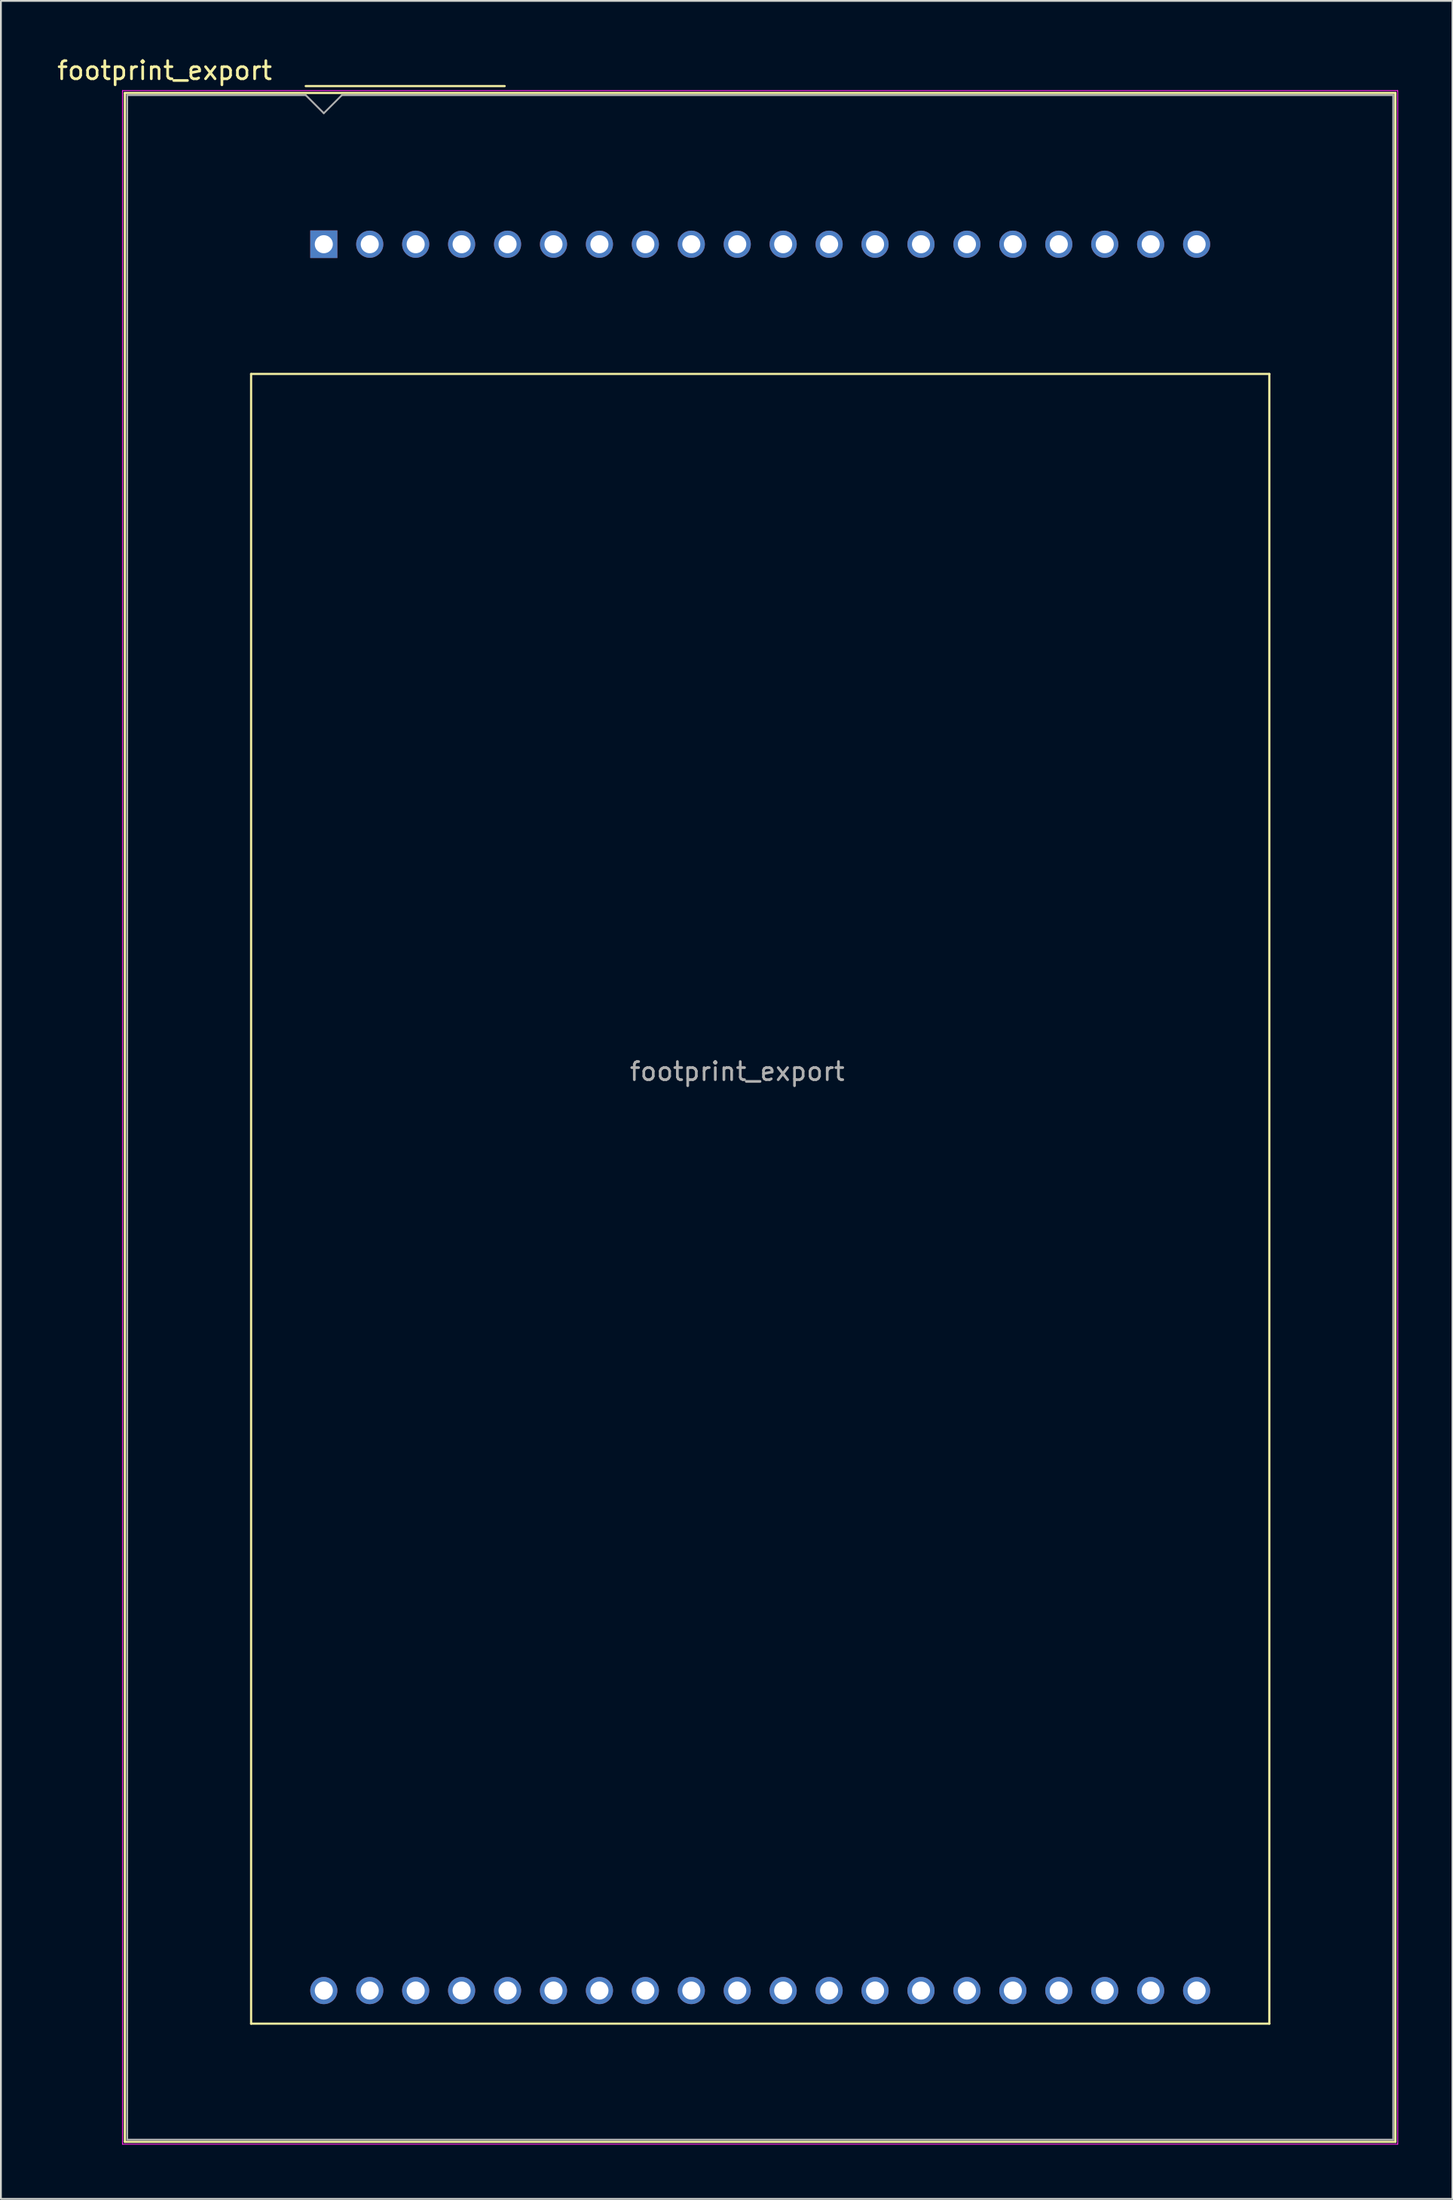
<source format=kicad_pcb>
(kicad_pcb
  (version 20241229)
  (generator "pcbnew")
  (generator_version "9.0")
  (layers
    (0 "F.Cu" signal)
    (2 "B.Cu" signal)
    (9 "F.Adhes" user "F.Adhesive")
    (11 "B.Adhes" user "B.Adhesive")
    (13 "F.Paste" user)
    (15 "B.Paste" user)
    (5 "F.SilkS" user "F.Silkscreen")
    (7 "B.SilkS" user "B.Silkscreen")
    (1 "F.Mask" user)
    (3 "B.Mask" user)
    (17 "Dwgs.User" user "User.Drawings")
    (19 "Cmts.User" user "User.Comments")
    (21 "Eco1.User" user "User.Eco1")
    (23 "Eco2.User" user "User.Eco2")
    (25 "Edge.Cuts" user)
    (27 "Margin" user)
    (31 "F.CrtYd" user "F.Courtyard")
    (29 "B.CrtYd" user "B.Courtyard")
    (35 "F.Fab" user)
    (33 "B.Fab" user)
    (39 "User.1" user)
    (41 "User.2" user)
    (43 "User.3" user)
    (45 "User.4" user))
  (footprint "footprint_export"
    (layer "F.Cu")
    (at 14.854 10.448)
    (property "Reference" "footprint_export" (at -8.8 -9.6 0) (layer "F.SilkS") (effects (font (size 1 1) (thickness 0.15))))
    (attr through_hole)
    (fp_line (start -11 -8.36) (end 59.25 -8.36) (stroke (width 0.12) (type solid)) (layer "F.SilkS"))
    (fp_line (start -11 104.88) (end -11 -8.36) (stroke (width 0.12) (type solid)) (layer "F.SilkS"))
    (fp_line (start -4.02 7.17) (end 52.28 7.17) (stroke (width 0.12) (type solid)) (layer "F.SilkS"))
    (fp_line (start -4.02 98.35) (end -4.02 7.17) (stroke (width 0.12) (type solid)) (layer "F.SilkS"))
    (fp_line (start -1 -8.74) (end 10 -8.74) (stroke (width 0.12) (type solid)) (layer "F.SilkS"))
    (fp_line (start 52.28 7.17) (end 52.28 98.35) (stroke (width 0.12) (type solid)) (layer "F.SilkS"))
    (fp_line (start 52.28 98.35) (end -4.02 98.35) (stroke (width 0.12) (type solid)) (layer "F.SilkS"))
    (fp_line (start 59.25 -8.36) (end 59.25 104.88) (stroke (width 0.12) (type solid)) (layer "F.SilkS"))
    (fp_line (start 59.25 104.88) (end -11 104.88) (stroke (width 0.12) (type solid)) (layer "F.SilkS"))
    (fp_line (start -11.13 -8.49) (end 59.38 -8.49) (stroke (width 0.05) (type solid)) (layer "F.CrtYd"))
    (fp_line (start -11.13 105.01) (end -11.13 -8.49) (stroke (width 0.05) (type solid)) (layer "F.CrtYd"))
    (fp_line (start 59.38 -8.49) (end 59.38 105.01) (stroke (width 0.05) (type solid)) (layer "F.CrtYd"))
    (fp_line (start 59.38 105.01) (end -11.13 105.01) (stroke (width 0.05) (type solid)) (layer "F.CrtYd"))
    (fp_line (start -10.87 104.76) (end -10.87 -8.24) (stroke (width 0.1) (type solid)) (layer "F.Fab"))
    (fp_line (start -1 -8.24) (end -10.87 -8.24) (stroke (width 0.1) (type solid)) (layer "F.Fab"))
    (fp_line (start 0 -7.24) (end -1 -8.24) (stroke (width 0.1) (type solid)) (layer "F.Fab"))
    (fp_line (start 1 -8.24) (end 0 -7.24) (stroke (width 0.1) (type solid)) (layer "F.Fab"))
    (fp_line (start 1 -8.24) (end 59.13 -8.24) (stroke (width 0.1) (type solid)) (layer "F.Fab"))
    (fp_line (start 59.13 -8.24) (end 59.13 104.76) (stroke (width 0.1) (type solid)) (layer "F.Fab"))
    (fp_line (start 59.13 104.76) (end -10.87 104.76) (stroke (width 0.1) (type solid)) (layer "F.Fab"))
    (fp_text user "${REFERENCE}" (at 22.86 45.72 0) (layer "F.Fab") (effects (font (size 1 1) (thickness 0.15))))
    (pad "1" thru_hole rect (at 0 0 180) (size 1.5 1.524) (drill 1) (layers "*.Cu" "*.Mask"))
    (pad "2" thru_hole circle (at 2.54 0 180) (size 1.5 1.5) (drill 1) (layers "*.Cu" "*.Mask"))
    (pad "3" thru_hole circle (at 5.08 0 180) (size 1.5 1.5) (drill 1) (layers "*.Cu" "*.Mask"))
    (pad "4" thru_hole circle (at 7.62 0 180) (size 1.5 1.5) (drill 1) (layers "*.Cu" "*.Mask"))
    (pad "5" thru_hole circle (at 10.16 0 180) (size 1.5 1.5) (drill 1) (layers "*.Cu" "*.Mask"))
    (pad "6" thru_hole circle (at 12.7 0 180) (size 1.5 1.5) (drill 1) (layers "*.Cu" "*.Mask"))
    (pad "7" thru_hole circle (at 15.24 0 180) (size 1.5 1.5) (drill 1) (layers "*.Cu" "*.Mask"))
    (pad "8" thru_hole circle (at 17.78 0 180) (size 1.5 1.5) (drill 1) (layers "*.Cu" "*.Mask"))
    (pad "9" thru_hole circle (at 20.32 0 180) (size 1.5 1.5) (drill 1) (layers "*.Cu" "*.Mask"))
    (pad "10" thru_hole circle (at 22.86 0 180) (size 1.5 1.5) (drill 1) (layers "*.Cu" "*.Mask"))
    (pad "11" thru_hole circle (at 25.4 0 180) (size 1.5 1.5) (drill 1) (layers "*.Cu" "*.Mask"))
    (pad "12" thru_hole circle (at 27.94 0 180) (size 1.5 1.5) (drill 1) (layers "*.Cu" "*.Mask"))
    (pad "13" thru_hole circle (at 30.48 0 180) (size 1.5 1.5) (drill 1) (layers "*.Cu" "*.Mask"))
    (pad "14" thru_hole circle (at 33.02 0 180) (size 1.5 1.5) (drill 1) (layers "*.Cu" "*.Mask"))
    (pad "15" thru_hole circle (at 35.56 0 180) (size 1.5 1.5) (drill 1) (layers "*.Cu" "*.Mask"))
    (pad "16" thru_hole circle (at 38.1 0 180) (size 1.5 1.5) (drill 1) (layers "*.Cu" "*.Mask"))
    (pad "17" thru_hole circle (at 40.64 0 180) (size 1.5 1.5) (drill 1) (layers "*.Cu" "*.Mask"))
    (pad "18" thru_hole circle (at 43.18 0 180) (size 1.5 1.5) (drill 1) (layers "*.Cu" "*.Mask"))
    (pad "19" thru_hole circle (at 45.72 0 180) (size 1.5 1.5) (drill 1) (layers "*.Cu" "*.Mask"))
    (pad "20" thru_hole circle (at 48.26 0 180) (size 1.5 1.5) (drill 1) (layers "*.Cu" "*.Mask"))
    (pad "21" thru_hole circle (at 48.26 96.52 180) (size 1.5 1.5) (drill 1) (layers "*.Cu" "*.Mask"))
    (pad "22" thru_hole circle (at 45.72 96.52 180) (size 1.5 1.5) (drill 1) (layers "*.Cu" "*.Mask"))
    (pad "23" thru_hole circle (at 43.18 96.52 180) (size 1.5 1.5) (drill 1) (layers "*.Cu" "*.Mask"))
    (pad "24" thru_hole circle (at 40.64 96.52 180) (size 1.5 1.5) (drill 1) (layers "*.Cu" "*.Mask"))
    (pad "25" thru_hole circle (at 38.1 96.52 180) (size 1.5 1.5) (drill 1) (layers "*.Cu" "*.Mask"))
    (pad "26" thru_hole circle (at 35.56 96.52 180) (size 1.5 1.5) (drill 1) (layers "*.Cu" "*.Mask"))
    (pad "27" thru_hole circle (at 33.02 96.52 180) (size 1.5 1.5) (drill 1) (layers "*.Cu" "*.Mask"))
    (pad "28" thru_hole circle (at 30.48 96.52 180) (size 1.5 1.5) (drill 1) (layers "*.Cu" "*.Mask"))
    (pad "29" thru_hole circle (at 27.94 96.52 180) (size 1.5 1.5) (drill 1) (layers "*.Cu" "*.Mask"))
    (pad "30" thru_hole circle (at 25.4 96.52 180) (size 1.5 1.5) (drill 1) (layers "*.Cu" "*.Mask"))
    (pad "31" thru_hole circle (at 22.86 96.52 180) (size 1.5 1.5) (drill 1) (layers "*.Cu" "*.Mask"))
    (pad "32" thru_hole circle (at 20.32 96.52 180) (size 1.5 1.5) (drill 1) (layers "*.Cu" "*.Mask"))
    (pad "33" thru_hole circle (at 17.78 96.52 180) (size 1.5 1.5) (drill 1) (layers "*.Cu" "*.Mask"))
    (pad "34" thru_hole circle (at 15.24 96.52 180) (size 1.5 1.5) (drill 1) (layers "*.Cu" "*.Mask"))
    (pad "35" thru_hole circle (at 12.7 96.52 180) (size 1.5 1.5) (drill 1) (layers "*.Cu" "*.Mask"))
    (pad "36" thru_hole circle (at 10.16 96.52 180) (size 1.5 1.5) (drill 1) (layers "*.Cu" "*.Mask"))
    (pad "37" thru_hole circle (at 7.62 96.52 180) (size 1.5 1.5) (drill 1) (layers "*.Cu" "*.Mask"))
    (pad "38" thru_hole circle (at 5.08 96.52 180) (size 1.5 1.5) (drill 1) (layers "*.Cu" "*.Mask"))
    (pad "39" thru_hole circle (at 2.54 96.52 180) (size 1.5 1.5) (drill 1) (layers "*.Cu" "*.Mask"))
    (pad "40" thru_hole circle (at 0 96.52 180) (size 1.5 1.5) (drill 1) (layers "*.Cu" "*.Mask")))
  (gr_rect
    (start -3 -3)
    (end 77.259 118.483)
    (stroke (width 0.1) (type default))
    (fill no)
    (layer "Edge.Cuts")))
</source>
